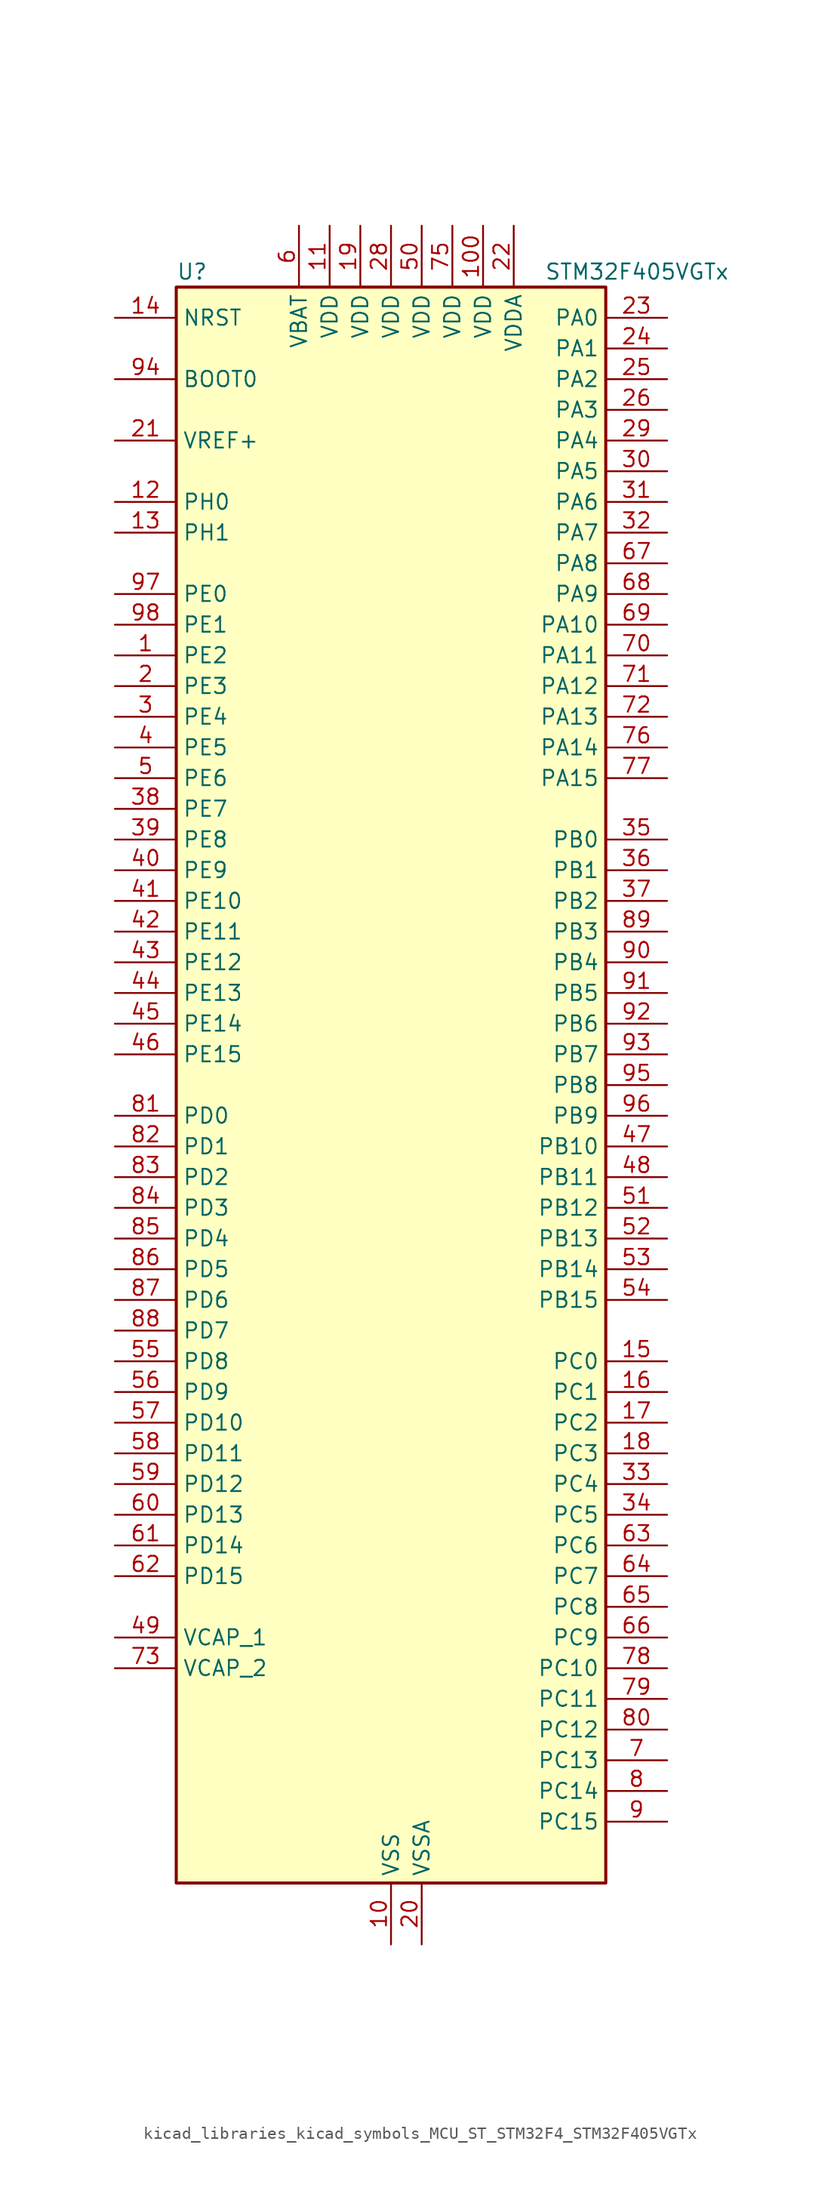
<source format=kicad_sym>
(kicad_symbol_lib
  (version 20220914)
  (generator kicad_symbol_editor)
  (symbol "kicad_libraries_kicad_symbols_MCU_ST_STM32F4_STM32F405VGTx"
    (property "Reference" "U"
      (at -17.78 67.31 0)
      (effects (font (size 1.27 1.27)) (justify left)))
    (property "Value" "STM32F405VGTx"
      (at 12.7 67.31 0)
      (effects (font (size 1.27 1.27)) (justify left)))
    (property "ki_locked" ""
      (at 0 0 0)
      (effects (font (size 1.27 1.27))))
    (symbol "kicad_libraries_kicad_symbols_MCU_ST_STM32F4_STM32F405VGTx_0_1"
      (rectangle (start -17.78 -66.04) (end 17.78 66.04) (stroke (width 0.254) (type default)) (fill (type background))))
    (symbol "kicad_libraries_kicad_symbols_MCU_ST_STM32F4_STM32F405VGTx_1_1"
      (pin bidirectional line (at -22.86 35.56 0) (length 5.08) (name "PE2" (effects (font (size 1.27 1.27)))) (number "1" (effects (font (size 1.27 1.27)))) (alternate "FSMC_A23" bidirectional line) (alternate "SYS_TRACECLK" bidirectional line))
      (pin power_in line (at 0 -71.12 90) (length 5.08) (name "VSS" (effects (font (size 1.27 1.27)))) (number "10" (effects (font (size 1.27 1.27)))))
      (pin power_in line (at 7.62 71.12 270) (length 5.08) (name "VDD" (effects (font (size 1.27 1.27)))) (number "100" (effects (font (size 1.27 1.27)))))
      (pin power_in line (at -5.08 71.12 270) (length 5.08) (name "VDD" (effects (font (size 1.27 1.27)))) (number "11" (effects (font (size 1.27 1.27)))))
      (pin bidirectional line (at -22.86 48.26 0) (length 5.08) (name "PH0" (effects (font (size 1.27 1.27)))) (number "12" (effects (font (size 1.27 1.27)))) (alternate "RCC_OSC_IN" bidirectional line))
      (pin bidirectional line (at -22.86 45.72 0) (length 5.08) (name "PH1" (effects (font (size 1.27 1.27)))) (number "13" (effects (font (size 1.27 1.27)))) (alternate "RCC_OSC_OUT" bidirectional line))
      (pin input line (at -22.86 63.5 0) (length 5.08) (name "NRST" (effects (font (size 1.27 1.27)))) (number "14" (effects (font (size 1.27 1.27)))))
      (pin bidirectional line (at 22.86 -22.86 180) (length 5.08) (name "PC0" (effects (font (size 1.27 1.27)))) (number "15" (effects (font (size 1.27 1.27)))) (alternate "ADC1_IN10" bidirectional line) (alternate "ADC2_IN10" bidirectional line) (alternate "ADC3_IN10" bidirectional line) (alternate "USB_OTG_HS_ULPI_STP" bidirectional line))
      (pin bidirectional line (at 22.86 -25.4 180) (length 5.08) (name "PC1" (effects (font (size 1.27 1.27)))) (number "16" (effects (font (size 1.27 1.27)))) (alternate "ADC1_IN11" bidirectional line) (alternate "ADC2_IN11" bidirectional line) (alternate "ADC3_IN11" bidirectional line))
      (pin bidirectional line (at 22.86 -27.94 180) (length 5.08) (name "PC2" (effects (font (size 1.27 1.27)))) (number "17" (effects (font (size 1.27 1.27)))) (alternate "ADC1_IN12" bidirectional line) (alternate "ADC2_IN12" bidirectional line) (alternate "ADC3_IN12" bidirectional line) (alternate "I2S2_ext_SD" bidirectional line) (alternate "SPI2_MISO" bidirectional line) (alternate "USB_OTG_HS_ULPI_DIR" bidirectional line))
      (pin bidirectional line (at 22.86 -30.48 180) (length 5.08) (name "PC3" (effects (font (size 1.27 1.27)))) (number "18" (effects (font (size 1.27 1.27)))) (alternate "ADC1_IN13" bidirectional line) (alternate "ADC2_IN13" bidirectional line) (alternate "ADC3_IN13" bidirectional line) (alternate "I2S2_SD" bidirectional line) (alternate "SPI2_MOSI" bidirectional line) (alternate "USB_OTG_HS_ULPI_NXT" bidirectional line))
      (pin power_in line (at -2.54 71.12 270) (length 5.08) (name "VDD" (effects (font (size 1.27 1.27)))) (number "19" (effects (font (size 1.27 1.27)))))
      (pin bidirectional line (at -22.86 33.02 0) (length 5.08) (name "PE3" (effects (font (size 1.27 1.27)))) (number "2" (effects (font (size 1.27 1.27)))) (alternate "FSMC_A19" bidirectional line) (alternate "SYS_TRACED0" bidirectional line))
      (pin power_in line (at 2.54 -71.12 90) (length 5.08) (name "VSSA" (effects (font (size 1.27 1.27)))) (number "20" (effects (font (size 1.27 1.27)))))
      (pin input line (at -22.86 53.34 0) (length 5.08) (name "VREF+" (effects (font (size 1.27 1.27)))) (number "21" (effects (font (size 1.27 1.27)))))
      (pin power_in line (at 10.16 71.12 270) (length 5.08) (name "VDDA" (effects (font (size 1.27 1.27)))) (number "22" (effects (font (size 1.27 1.27)))))
      (pin bidirectional line (at 22.86 63.5 180) (length 5.08) (name "PA0" (effects (font (size 1.27 1.27)))) (number "23" (effects (font (size 1.27 1.27)))) (alternate "ADC1_IN0" bidirectional line) (alternate "ADC2_IN0" bidirectional line) (alternate "ADC3_IN0" bidirectional line) (alternate "SYS_WKUP" bidirectional line) (alternate "TIM2_CH1" bidirectional line) (alternate "TIM2_ETR" bidirectional line) (alternate "TIM5_CH1" bidirectional line) (alternate "TIM8_ETR" bidirectional line) (alternate "UART4_TX" bidirectional line) (alternate "USART2_CTS" bidirectional line))
      (pin bidirectional line (at 22.86 60.96 180) (length 5.08) (name "PA1" (effects (font (size 1.27 1.27)))) (number "24" (effects (font (size 1.27 1.27)))) (alternate "ADC1_IN1" bidirectional line) (alternate "ADC2_IN1" bidirectional line) (alternate "ADC3_IN1" bidirectional line) (alternate "TIM2_CH2" bidirectional line) (alternate "TIM5_CH2" bidirectional line) (alternate "UART4_RX" bidirectional line) (alternate "USART2_RTS" bidirectional line))
      (pin bidirectional line (at 22.86 58.42 180) (length 5.08) (name "PA2" (effects (font (size 1.27 1.27)))) (number "25" (effects (font (size 1.27 1.27)))) (alternate "ADC1_IN2" bidirectional line) (alternate "ADC2_IN2" bidirectional line) (alternate "ADC3_IN2" bidirectional line) (alternate "TIM2_CH3" bidirectional line) (alternate "TIM5_CH3" bidirectional line) (alternate "TIM9_CH1" bidirectional line) (alternate "USART2_TX" bidirectional line))
      (pin bidirectional line (at 22.86 55.88 180) (length 5.08) (name "PA3" (effects (font (size 1.27 1.27)))) (number "26" (effects (font (size 1.27 1.27)))) (alternate "ADC1_IN3" bidirectional line) (alternate "ADC2_IN3" bidirectional line) (alternate "ADC3_IN3" bidirectional line) (alternate "TIM2_CH4" bidirectional line) (alternate "TIM5_CH4" bidirectional line) (alternate "TIM9_CH2" bidirectional line) (alternate "USART2_RX" bidirectional line) (alternate "USB_OTG_HS_ULPI_D0" bidirectional line))
      (pin passive line (at 0 -71.12 90) (length 5.08) hide (name "VSS" (effects (font (size 1.27 1.27)))) (number "27" (effects (font (size 1.27 1.27)))))
      (pin power_in line (at 0 71.12 270) (length 5.08) (name "VDD" (effects (font (size 1.27 1.27)))) (number "28" (effects (font (size 1.27 1.27)))))
      (pin bidirectional line (at 22.86 53.34 180) (length 5.08) (name "PA4" (effects (font (size 1.27 1.27)))) (number "29" (effects (font (size 1.27 1.27)))) (alternate "ADC1_IN4" bidirectional line) (alternate "ADC2_IN4" bidirectional line) (alternate "DAC_OUT1" bidirectional line) (alternate "I2S3_WS" bidirectional line) (alternate "SPI1_NSS" bidirectional line) (alternate "SPI3_NSS" bidirectional line) (alternate "USART2_CK" bidirectional line) (alternate "USB_OTG_HS_SOF" bidirectional line))
      (pin bidirectional line (at -22.86 30.48 0) (length 5.08) (name "PE4" (effects (font (size 1.27 1.27)))) (number "3" (effects (font (size 1.27 1.27)))) (alternate "FSMC_A20" bidirectional line) (alternate "SYS_TRACED1" bidirectional line))
      (pin bidirectional line (at 22.86 50.8 180) (length 5.08) (name "PA5" (effects (font (size 1.27 1.27)))) (number "30" (effects (font (size 1.27 1.27)))) (alternate "ADC1_IN5" bidirectional line) (alternate "ADC2_IN5" bidirectional line) (alternate "DAC_OUT2" bidirectional line) (alternate "SPI1_SCK" bidirectional line) (alternate "TIM2_CH1" bidirectional line) (alternate "TIM2_ETR" bidirectional line) (alternate "TIM8_CH1N" bidirectional line) (alternate "USB_OTG_HS_ULPI_CK" bidirectional line))
      (pin bidirectional line (at 22.86 48.26 180) (length 5.08) (name "PA6" (effects (font (size 1.27 1.27)))) (number "31" (effects (font (size 1.27 1.27)))) (alternate "ADC1_IN6" bidirectional line) (alternate "ADC2_IN6" bidirectional line) (alternate "SPI1_MISO" bidirectional line) (alternate "TIM13_CH1" bidirectional line) (alternate "TIM1_BKIN" bidirectional line) (alternate "TIM3_CH1" bidirectional line) (alternate "TIM8_BKIN" bidirectional line))
      (pin bidirectional line (at 22.86 45.72 180) (length 5.08) (name "PA7" (effects (font (size 1.27 1.27)))) (number "32" (effects (font (size 1.27 1.27)))) (alternate "ADC1_IN7" bidirectional line) (alternate "ADC2_IN7" bidirectional line) (alternate "SPI1_MOSI" bidirectional line) (alternate "TIM14_CH1" bidirectional line) (alternate "TIM1_CH1N" bidirectional line) (alternate "TIM3_CH2" bidirectional line) (alternate "TIM8_CH1N" bidirectional line))
      (pin bidirectional line (at 22.86 -33.02 180) (length 5.08) (name "PC4" (effects (font (size 1.27 1.27)))) (number "33" (effects (font (size 1.27 1.27)))) (alternate "ADC1_IN14" bidirectional line) (alternate "ADC2_IN14" bidirectional line))
      (pin bidirectional line (at 22.86 -35.56 180) (length 5.08) (name "PC5" (effects (font (size 1.27 1.27)))) (number "34" (effects (font (size 1.27 1.27)))) (alternate "ADC1_IN15" bidirectional line) (alternate "ADC2_IN15" bidirectional line))
      (pin bidirectional line (at 22.86 20.32 180) (length 5.08) (name "PB0" (effects (font (size 1.27 1.27)))) (number "35" (effects (font (size 1.27 1.27)))) (alternate "ADC1_IN8" bidirectional line) (alternate "ADC2_IN8" bidirectional line) (alternate "TIM1_CH2N" bidirectional line) (alternate "TIM3_CH3" bidirectional line) (alternate "TIM8_CH2N" bidirectional line) (alternate "USB_OTG_HS_ULPI_D1" bidirectional line))
      (pin bidirectional line (at 22.86 17.78 180) (length 5.08) (name "PB1" (effects (font (size 1.27 1.27)))) (number "36" (effects (font (size 1.27 1.27)))) (alternate "ADC1_IN9" bidirectional line) (alternate "ADC2_IN9" bidirectional line) (alternate "TIM1_CH3N" bidirectional line) (alternate "TIM3_CH4" bidirectional line) (alternate "TIM8_CH3N" bidirectional line) (alternate "USB_OTG_HS_ULPI_D2" bidirectional line))
      (pin bidirectional line (at 22.86 15.24 180) (length 5.08) (name "PB2" (effects (font (size 1.27 1.27)))) (number "37" (effects (font (size 1.27 1.27)))))
      (pin bidirectional line (at -22.86 22.86 0) (length 5.08) (name "PE7" (effects (font (size 1.27 1.27)))) (number "38" (effects (font (size 1.27 1.27)))) (alternate "FSMC_D4" bidirectional line) (alternate "FSMC_DA4" bidirectional line) (alternate "TIM1_ETR" bidirectional line))
      (pin bidirectional line (at -22.86 20.32 0) (length 5.08) (name "PE8" (effects (font (size 1.27 1.27)))) (number "39" (effects (font (size 1.27 1.27)))) (alternate "FSMC_D5" bidirectional line) (alternate "FSMC_DA5" bidirectional line) (alternate "TIM1_CH1N" bidirectional line))
      (pin bidirectional line (at -22.86 27.94 0) (length 5.08) (name "PE5" (effects (font (size 1.27 1.27)))) (number "4" (effects (font (size 1.27 1.27)))) (alternate "FSMC_A21" bidirectional line) (alternate "SYS_TRACED2" bidirectional line) (alternate "TIM9_CH1" bidirectional line))
      (pin bidirectional line (at -22.86 17.78 0) (length 5.08) (name "PE9" (effects (font (size 1.27 1.27)))) (number "40" (effects (font (size 1.27 1.27)))) (alternate "DAC_EXTI9" bidirectional line) (alternate "FSMC_D6" bidirectional line) (alternate "FSMC_DA6" bidirectional line) (alternate "TIM1_CH1" bidirectional line))
      (pin bidirectional line (at -22.86 15.24 0) (length 5.08) (name "PE10" (effects (font (size 1.27 1.27)))) (number "41" (effects (font (size 1.27 1.27)))) (alternate "FSMC_D7" bidirectional line) (alternate "FSMC_DA7" bidirectional line) (alternate "TIM1_CH2N" bidirectional line))
      (pin bidirectional line (at -22.86 12.7 0) (length 5.08) (name "PE11" (effects (font (size 1.27 1.27)))) (number "42" (effects (font (size 1.27 1.27)))) (alternate "ADC1_EXTI11" bidirectional line) (alternate "ADC2_EXTI11" bidirectional line) (alternate "ADC3_EXTI11" bidirectional line) (alternate "FSMC_D8" bidirectional line) (alternate "FSMC_DA8" bidirectional line) (alternate "TIM1_CH2" bidirectional line))
      (pin bidirectional line (at -22.86 10.16 0) (length 5.08) (name "PE12" (effects (font (size 1.27 1.27)))) (number "43" (effects (font (size 1.27 1.27)))) (alternate "FSMC_D9" bidirectional line) (alternate "FSMC_DA9" bidirectional line) (alternate "TIM1_CH3N" bidirectional line))
      (pin bidirectional line (at -22.86 7.62 0) (length 5.08) (name "PE13" (effects (font (size 1.27 1.27)))) (number "44" (effects (font (size 1.27 1.27)))) (alternate "FSMC_D10" bidirectional line) (alternate "FSMC_DA10" bidirectional line) (alternate "TIM1_CH3" bidirectional line))
      (pin bidirectional line (at -22.86 5.08 0) (length 5.08) (name "PE14" (effects (font (size 1.27 1.27)))) (number "45" (effects (font (size 1.27 1.27)))) (alternate "FSMC_D11" bidirectional line) (alternate "FSMC_DA11" bidirectional line) (alternate "TIM1_CH4" bidirectional line))
      (pin bidirectional line (at -22.86 2.54 0) (length 5.08) (name "PE15" (effects (font (size 1.27 1.27)))) (number "46" (effects (font (size 1.27 1.27)))) (alternate "ADC1_EXTI15" bidirectional line) (alternate "ADC2_EXTI15" bidirectional line) (alternate "ADC3_EXTI15" bidirectional line) (alternate "FSMC_D12" bidirectional line) (alternate "FSMC_DA12" bidirectional line) (alternate "TIM1_BKIN" bidirectional line))
      (pin bidirectional line (at 22.86 -5.08 180) (length 5.08) (name "PB10" (effects (font (size 1.27 1.27)))) (number "47" (effects (font (size 1.27 1.27)))) (alternate "I2C2_SCL" bidirectional line) (alternate "I2S2_CK" bidirectional line) (alternate "SPI2_SCK" bidirectional line) (alternate "TIM2_CH3" bidirectional line) (alternate "USART3_TX" bidirectional line) (alternate "USB_OTG_HS_ULPI_D3" bidirectional line))
      (pin bidirectional line (at 22.86 -7.62 180) (length 5.08) (name "PB11" (effects (font (size 1.27 1.27)))) (number "48" (effects (font (size 1.27 1.27)))) (alternate "ADC1_EXTI11" bidirectional line) (alternate "ADC2_EXTI11" bidirectional line) (alternate "ADC3_EXTI11" bidirectional line) (alternate "I2C2_SDA" bidirectional line) (alternate "TIM2_CH4" bidirectional line) (alternate "USART3_RX" bidirectional line) (alternate "USB_OTG_HS_ULPI_D4" bidirectional line))
      (pin power_out line (at -22.86 -45.72 0) (length 5.08) (name "VCAP_1" (effects (font (size 1.27 1.27)))) (number "49" (effects (font (size 1.27 1.27)))))
      (pin bidirectional line (at -22.86 25.4 0) (length 5.08) (name "PE6" (effects (font (size 1.27 1.27)))) (number "5" (effects (font (size 1.27 1.27)))) (alternate "FSMC_A22" bidirectional line) (alternate "SYS_TRACED3" bidirectional line) (alternate "TIM9_CH2" bidirectional line))
      (pin power_in line (at 2.54 71.12 270) (length 5.08) (name "VDD" (effects (font (size 1.27 1.27)))) (number "50" (effects (font (size 1.27 1.27)))))
      (pin bidirectional line (at 22.86 -10.16 180) (length 5.08) (name "PB12" (effects (font (size 1.27 1.27)))) (number "51" (effects (font (size 1.27 1.27)))) (alternate "CAN2_RX" bidirectional line) (alternate "I2C2_SMBA" bidirectional line) (alternate "I2S2_WS" bidirectional line) (alternate "SPI2_NSS" bidirectional line) (alternate "TIM1_BKIN" bidirectional line) (alternate "USART3_CK" bidirectional line) (alternate "USB_OTG_HS_ID" bidirectional line) (alternate "USB_OTG_HS_ULPI_D5" bidirectional line))
      (pin bidirectional line (at 22.86 -12.7 180) (length 5.08) (name "PB13" (effects (font (size 1.27 1.27)))) (number "52" (effects (font (size 1.27 1.27)))) (alternate "CAN2_TX" bidirectional line) (alternate "I2S2_CK" bidirectional line) (alternate "SPI2_SCK" bidirectional line) (alternate "TIM1_CH1N" bidirectional line) (alternate "USART3_CTS" bidirectional line) (alternate "USB_OTG_HS_ULPI_D6" bidirectional line) (alternate "USB_OTG_HS_VBUS" bidirectional line))
      (pin bidirectional line (at 22.86 -15.24 180) (length 5.08) (name "PB14" (effects (font (size 1.27 1.27)))) (number "53" (effects (font (size 1.27 1.27)))) (alternate "I2S2_ext_SD" bidirectional line) (alternate "SPI2_MISO" bidirectional line) (alternate "TIM12_CH1" bidirectional line) (alternate "TIM1_CH2N" bidirectional line) (alternate "TIM8_CH2N" bidirectional line) (alternate "USART3_RTS" bidirectional line) (alternate "USB_OTG_HS_DM" bidirectional line))
      (pin bidirectional line (at 22.86 -17.78 180) (length 5.08) (name "PB15" (effects (font (size 1.27 1.27)))) (number "54" (effects (font (size 1.27 1.27)))) (alternate "ADC1_EXTI15" bidirectional line) (alternate "ADC2_EXTI15" bidirectional line) (alternate "ADC3_EXTI15" bidirectional line) (alternate "I2S2_SD" bidirectional line) (alternate "RTC_REFIN" bidirectional line) (alternate "SPI2_MOSI" bidirectional line) (alternate "TIM12_CH2" bidirectional line) (alternate "TIM1_CH3N" bidirectional line) (alternate "TIM8_CH3N" bidirectional line) (alternate "USB_OTG_HS_DP" bidirectional line))
      (pin bidirectional line (at -22.86 -22.86 0) (length 5.08) (name "PD8" (effects (font (size 1.27 1.27)))) (number "55" (effects (font (size 1.27 1.27)))) (alternate "FSMC_D13" bidirectional line) (alternate "FSMC_DA13" bidirectional line) (alternate "USART3_TX" bidirectional line))
      (pin bidirectional line (at -22.86 -25.4 0) (length 5.08) (name "PD9" (effects (font (size 1.27 1.27)))) (number "56" (effects (font (size 1.27 1.27)))) (alternate "DAC_EXTI9" bidirectional line) (alternate "FSMC_D14" bidirectional line) (alternate "FSMC_DA14" bidirectional line) (alternate "USART3_RX" bidirectional line))
      (pin bidirectional line (at -22.86 -27.94 0) (length 5.08) (name "PD10" (effects (font (size 1.27 1.27)))) (number "57" (effects (font (size 1.27 1.27)))) (alternate "FSMC_D15" bidirectional line) (alternate "FSMC_DA15" bidirectional line) (alternate "USART3_CK" bidirectional line))
      (pin bidirectional line (at -22.86 -30.48 0) (length 5.08) (name "PD11" (effects (font (size 1.27 1.27)))) (number "58" (effects (font (size 1.27 1.27)))) (alternate "ADC1_EXTI11" bidirectional line) (alternate "ADC2_EXTI11" bidirectional line) (alternate "ADC3_EXTI11" bidirectional line) (alternate "FSMC_A16" bidirectional line) (alternate "FSMC_CLE" bidirectional line) (alternate "USART3_CTS" bidirectional line))
      (pin bidirectional line (at -22.86 -33.02 0) (length 5.08) (name "PD12" (effects (font (size 1.27 1.27)))) (number "59" (effects (font (size 1.27 1.27)))) (alternate "FSMC_A17" bidirectional line) (alternate "FSMC_ALE" bidirectional line) (alternate "TIM4_CH1" bidirectional line) (alternate "USART3_RTS" bidirectional line))
      (pin power_in line (at -7.62 71.12 270) (length 5.08) (name "VBAT" (effects (font (size 1.27 1.27)))) (number "6" (effects (font (size 1.27 1.27)))))
      (pin bidirectional line (at -22.86 -35.56 0) (length 5.08) (name "PD13" (effects (font (size 1.27 1.27)))) (number "60" (effects (font (size 1.27 1.27)))) (alternate "FSMC_A18" bidirectional line) (alternate "TIM4_CH2" bidirectional line))
      (pin bidirectional line (at -22.86 -38.1 0) (length 5.08) (name "PD14" (effects (font (size 1.27 1.27)))) (number "61" (effects (font (size 1.27 1.27)))) (alternate "FSMC_D0" bidirectional line) (alternate "FSMC_DA0" bidirectional line) (alternate "TIM4_CH3" bidirectional line))
      (pin bidirectional line (at -22.86 -40.64 0) (length 5.08) (name "PD15" (effects (font (size 1.27 1.27)))) (number "62" (effects (font (size 1.27 1.27)))) (alternate "ADC1_EXTI15" bidirectional line) (alternate "ADC2_EXTI15" bidirectional line) (alternate "ADC3_EXTI15" bidirectional line) (alternate "FSMC_D1" bidirectional line) (alternate "FSMC_DA1" bidirectional line) (alternate "TIM4_CH4" bidirectional line))
      (pin bidirectional line (at 22.86 -38.1 180) (length 5.08) (name "PC6" (effects (font (size 1.27 1.27)))) (number "63" (effects (font (size 1.27 1.27)))) (alternate "I2S2_MCK" bidirectional line) (alternate "SDIO_D6" bidirectional line) (alternate "TIM3_CH1" bidirectional line) (alternate "TIM8_CH1" bidirectional line) (alternate "USART6_TX" bidirectional line))
      (pin bidirectional line (at 22.86 -40.64 180) (length 5.08) (name "PC7" (effects (font (size 1.27 1.27)))) (number "64" (effects (font (size 1.27 1.27)))) (alternate "I2S3_MCK" bidirectional line) (alternate "SDIO_D7" bidirectional line) (alternate "TIM3_CH2" bidirectional line) (alternate "TIM8_CH2" bidirectional line) (alternate "USART6_RX" bidirectional line))
      (pin bidirectional line (at 22.86 -43.18 180) (length 5.08) (name "PC8" (effects (font (size 1.27 1.27)))) (number "65" (effects (font (size 1.27 1.27)))) (alternate "SDIO_D0" bidirectional line) (alternate "TIM3_CH3" bidirectional line) (alternate "TIM8_CH3" bidirectional line) (alternate "USART6_CK" bidirectional line))
      (pin bidirectional line (at 22.86 -45.72 180) (length 5.08) (name "PC9" (effects (font (size 1.27 1.27)))) (number "66" (effects (font (size 1.27 1.27)))) (alternate "DAC_EXTI9" bidirectional line) (alternate "I2C3_SDA" bidirectional line) (alternate "I2S_CKIN" bidirectional line) (alternate "RCC_MCO_2" bidirectional line) (alternate "SDIO_D1" bidirectional line) (alternate "TIM3_CH4" bidirectional line) (alternate "TIM8_CH4" bidirectional line))
      (pin bidirectional line (at 22.86 43.18 180) (length 5.08) (name "PA8" (effects (font (size 1.27 1.27)))) (number "67" (effects (font (size 1.27 1.27)))) (alternate "I2C3_SCL" bidirectional line) (alternate "RCC_MCO_1" bidirectional line) (alternate "TIM1_CH1" bidirectional line) (alternate "USART1_CK" bidirectional line) (alternate "USB_OTG_FS_SOF" bidirectional line))
      (pin bidirectional line (at 22.86 40.64 180) (length 5.08) (name "PA9" (effects (font (size 1.27 1.27)))) (number "68" (effects (font (size 1.27 1.27)))) (alternate "DAC_EXTI9" bidirectional line) (alternate "I2C3_SMBA" bidirectional line) (alternate "TIM1_CH2" bidirectional line) (alternate "USART1_TX" bidirectional line) (alternate "USB_OTG_FS_VBUS" bidirectional line))
      (pin bidirectional line (at 22.86 38.1 180) (length 5.08) (name "PA10" (effects (font (size 1.27 1.27)))) (number "69" (effects (font (size 1.27 1.27)))) (alternate "TIM1_CH3" bidirectional line) (alternate "USART1_RX" bidirectional line) (alternate "USB_OTG_FS_ID" bidirectional line))
      (pin bidirectional line (at 22.86 -55.88 180) (length 5.08) (name "PC13" (effects (font (size 1.27 1.27)))) (number "7" (effects (font (size 1.27 1.27)))) (alternate "RTC_AF1" bidirectional line))
      (pin bidirectional line (at 22.86 35.56 180) (length 5.08) (name "PA11" (effects (font (size 1.27 1.27)))) (number "70" (effects (font (size 1.27 1.27)))) (alternate "ADC1_EXTI11" bidirectional line) (alternate "ADC2_EXTI11" bidirectional line) (alternate "ADC3_EXTI11" bidirectional line) (alternate "CAN1_RX" bidirectional line) (alternate "TIM1_CH4" bidirectional line) (alternate "USART1_CTS" bidirectional line) (alternate "USB_OTG_FS_DM" bidirectional line))
      (pin bidirectional line (at 22.86 33.02 180) (length 5.08) (name "PA12" (effects (font (size 1.27 1.27)))) (number "71" (effects (font (size 1.27 1.27)))) (alternate "CAN1_TX" bidirectional line) (alternate "TIM1_ETR" bidirectional line) (alternate "USART1_RTS" bidirectional line) (alternate "USB_OTG_FS_DP" bidirectional line))
      (pin bidirectional line (at 22.86 30.48 180) (length 5.08) (name "PA13" (effects (font (size 1.27 1.27)))) (number "72" (effects (font (size 1.27 1.27)))) (alternate "SYS_JTMS-SWDIO" bidirectional line))
      (pin power_out line (at -22.86 -48.26 0) (length 5.08) (name "VCAP_2" (effects (font (size 1.27 1.27)))) (number "73" (effects (font (size 1.27 1.27)))))
      (pin passive line (at 0 -71.12 90) (length 5.08) hide (name "VSS" (effects (font (size 1.27 1.27)))) (number "74" (effects (font (size 1.27 1.27)))))
      (pin power_in line (at 5.08 71.12 270) (length 5.08) (name "VDD" (effects (font (size 1.27 1.27)))) (number "75" (effects (font (size 1.27 1.27)))))
      (pin bidirectional line (at 22.86 27.94 180) (length 5.08) (name "PA14" (effects (font (size 1.27 1.27)))) (number "76" (effects (font (size 1.27 1.27)))) (alternate "SYS_JTCK-SWCLK" bidirectional line))
      (pin bidirectional line (at 22.86 25.4 180) (length 5.08) (name "PA15" (effects (font (size 1.27 1.27)))) (number "77" (effects (font (size 1.27 1.27)))) (alternate "ADC1_EXTI15" bidirectional line) (alternate "ADC2_EXTI15" bidirectional line) (alternate "ADC3_EXTI15" bidirectional line) (alternate "I2S3_WS" bidirectional line) (alternate "SPI1_NSS" bidirectional line) (alternate "SPI3_NSS" bidirectional line) (alternate "SYS_JTDI" bidirectional line) (alternate "TIM2_CH1" bidirectional line) (alternate "TIM2_ETR" bidirectional line))
      (pin bidirectional line (at 22.86 -48.26 180) (length 5.08) (name "PC10" (effects (font (size 1.27 1.27)))) (number "78" (effects (font (size 1.27 1.27)))) (alternate "I2S3_CK" bidirectional line) (alternate "SDIO_D2" bidirectional line) (alternate "SPI3_SCK" bidirectional line) (alternate "UART4_TX" bidirectional line) (alternate "USART3_TX" bidirectional line))
      (pin bidirectional line (at 22.86 -50.8 180) (length 5.08) (name "PC11" (effects (font (size 1.27 1.27)))) (number "79" (effects (font (size 1.27 1.27)))) (alternate "ADC1_EXTI11" bidirectional line) (alternate "ADC2_EXTI11" bidirectional line) (alternate "ADC3_EXTI11" bidirectional line) (alternate "I2S3_ext_SD" bidirectional line) (alternate "SDIO_D3" bidirectional line) (alternate "SPI3_MISO" bidirectional line) (alternate "UART4_RX" bidirectional line) (alternate "USART3_RX" bidirectional line))
      (pin bidirectional line (at 22.86 -58.42 180) (length 5.08) (name "PC14" (effects (font (size 1.27 1.27)))) (number "8" (effects (font (size 1.27 1.27)))) (alternate "RCC_OSC32_IN" bidirectional line))
      (pin bidirectional line (at 22.86 -53.34 180) (length 5.08) (name "PC12" (effects (font (size 1.27 1.27)))) (number "80" (effects (font (size 1.27 1.27)))) (alternate "I2S3_SD" bidirectional line) (alternate "SDIO_CK" bidirectional line) (alternate "SPI3_MOSI" bidirectional line) (alternate "UART5_TX" bidirectional line) (alternate "USART3_CK" bidirectional line))
      (pin bidirectional line (at -22.86 -2.54 0) (length 5.08) (name "PD0" (effects (font (size 1.27 1.27)))) (number "81" (effects (font (size 1.27 1.27)))) (alternate "CAN1_RX" bidirectional line) (alternate "FSMC_D2" bidirectional line) (alternate "FSMC_DA2" bidirectional line))
      (pin bidirectional line (at -22.86 -5.08 0) (length 5.08) (name "PD1" (effects (font (size 1.27 1.27)))) (number "82" (effects (font (size 1.27 1.27)))) (alternate "CAN1_TX" bidirectional line) (alternate "FSMC_D3" bidirectional line) (alternate "FSMC_DA3" bidirectional line))
      (pin bidirectional line (at -22.86 -7.62 0) (length 5.08) (name "PD2" (effects (font (size 1.27 1.27)))) (number "83" (effects (font (size 1.27 1.27)))) (alternate "SDIO_CMD" bidirectional line) (alternate "TIM3_ETR" bidirectional line) (alternate "UART5_RX" bidirectional line))
      (pin bidirectional line (at -22.86 -10.16 0) (length 5.08) (name "PD3" (effects (font (size 1.27 1.27)))) (number "84" (effects (font (size 1.27 1.27)))) (alternate "FSMC_CLK" bidirectional line) (alternate "USART2_CTS" bidirectional line))
      (pin bidirectional line (at -22.86 -12.7 0) (length 5.08) (name "PD4" (effects (font (size 1.27 1.27)))) (number "85" (effects (font (size 1.27 1.27)))) (alternate "FSMC_NOE" bidirectional line) (alternate "USART2_RTS" bidirectional line))
      (pin bidirectional line (at -22.86 -15.24 0) (length 5.08) (name "PD5" (effects (font (size 1.27 1.27)))) (number "86" (effects (font (size 1.27 1.27)))) (alternate "FSMC_NWE" bidirectional line) (alternate "USART2_TX" bidirectional line))
      (pin bidirectional line (at -22.86 -17.78 0) (length 5.08) (name "PD6" (effects (font (size 1.27 1.27)))) (number "87" (effects (font (size 1.27 1.27)))) (alternate "FSMC_NWAIT" bidirectional line) (alternate "USART2_RX" bidirectional line))
      (pin bidirectional line (at -22.86 -20.32 0) (length 5.08) (name "PD7" (effects (font (size 1.27 1.27)))) (number "88" (effects (font (size 1.27 1.27)))) (alternate "FSMC_NCE2" bidirectional line) (alternate "FSMC_NE1" bidirectional line) (alternate "USART2_CK" bidirectional line))
      (pin bidirectional line (at 22.86 12.7 180) (length 5.08) (name "PB3" (effects (font (size 1.27 1.27)))) (number "89" (effects (font (size 1.27 1.27)))) (alternate "I2S3_CK" bidirectional line) (alternate "SPI1_SCK" bidirectional line) (alternate "SPI3_SCK" bidirectional line) (alternate "SYS_JTDO-SWO" bidirectional line) (alternate "TIM2_CH2" bidirectional line))
      (pin bidirectional line (at 22.86 -60.96 180) (length 5.08) (name "PC15" (effects (font (size 1.27 1.27)))) (number "9" (effects (font (size 1.27 1.27)))) (alternate "ADC1_EXTI15" bidirectional line) (alternate "ADC2_EXTI15" bidirectional line) (alternate "ADC3_EXTI15" bidirectional line) (alternate "RCC_OSC32_OUT" bidirectional line))
      (pin bidirectional line (at 22.86 10.16 180) (length 5.08) (name "PB4" (effects (font (size 1.27 1.27)))) (number "90" (effects (font (size 1.27 1.27)))) (alternate "I2S3_ext_SD" bidirectional line) (alternate "SPI1_MISO" bidirectional line) (alternate "SPI3_MISO" bidirectional line) (alternate "SYS_JTRST" bidirectional line) (alternate "TIM3_CH1" bidirectional line))
      (pin bidirectional line (at 22.86 7.62 180) (length 5.08) (name "PB5" (effects (font (size 1.27 1.27)))) (number "91" (effects (font (size 1.27 1.27)))) (alternate "CAN2_RX" bidirectional line) (alternate "I2C1_SMBA" bidirectional line) (alternate "I2S3_SD" bidirectional line) (alternate "SPI1_MOSI" bidirectional line) (alternate "SPI3_MOSI" bidirectional line) (alternate "TIM3_CH2" bidirectional line) (alternate "USB_OTG_HS_ULPI_D7" bidirectional line))
      (pin bidirectional line (at 22.86 5.08 180) (length 5.08) (name "PB6" (effects (font (size 1.27 1.27)))) (number "92" (effects (font (size 1.27 1.27)))) (alternate "CAN2_TX" bidirectional line) (alternate "I2C1_SCL" bidirectional line) (alternate "TIM4_CH1" bidirectional line) (alternate "USART1_TX" bidirectional line))
      (pin bidirectional line (at 22.86 2.54 180) (length 5.08) (name "PB7" (effects (font (size 1.27 1.27)))) (number "93" (effects (font (size 1.27 1.27)))) (alternate "FSMC_NL" bidirectional line) (alternate "I2C1_SDA" bidirectional line) (alternate "TIM4_CH2" bidirectional line) (alternate "USART1_RX" bidirectional line))
      (pin input line (at -22.86 58.42 0) (length 5.08) (name "BOOT0" (effects (font (size 1.27 1.27)))) (number "94" (effects (font (size 1.27 1.27)))))
      (pin bidirectional line (at 22.86 0 180) (length 5.08) (name "PB8" (effects (font (size 1.27 1.27)))) (number "95" (effects (font (size 1.27 1.27)))) (alternate "CAN1_RX" bidirectional line) (alternate "I2C1_SCL" bidirectional line) (alternate "SDIO_D4" bidirectional line) (alternate "TIM10_CH1" bidirectional line) (alternate "TIM4_CH3" bidirectional line))
      (pin bidirectional line (at 22.86 -2.54 180) (length 5.08) (name "PB9" (effects (font (size 1.27 1.27)))) (number "96" (effects (font (size 1.27 1.27)))) (alternate "CAN1_TX" bidirectional line) (alternate "DAC_EXTI9" bidirectional line) (alternate "I2C1_SDA" bidirectional line) (alternate "I2S2_WS" bidirectional line) (alternate "SDIO_D5" bidirectional line) (alternate "SPI2_NSS" bidirectional line) (alternate "TIM11_CH1" bidirectional line) (alternate "TIM4_CH4" bidirectional line))
      (pin bidirectional line (at -22.86 40.64 0) (length 5.08) (name "PE0" (effects (font (size 1.27 1.27)))) (number "97" (effects (font (size 1.27 1.27)))) (alternate "FSMC_NBL0" bidirectional line) (alternate "TIM4_ETR" bidirectional line))
      (pin bidirectional line (at -22.86 38.1 0) (length 5.08) (name "PE1" (effects (font (size 1.27 1.27)))) (number "98" (effects (font (size 1.27 1.27)))) (alternate "FSMC_NBL1" bidirectional line))
      (pin passive line (at 0 -71.12 90) (length 5.08) hide (name "VSS" (effects (font (size 1.27 1.27)))) (number "99" (effects (font (size 1.27 1.27))))))))
</source>
